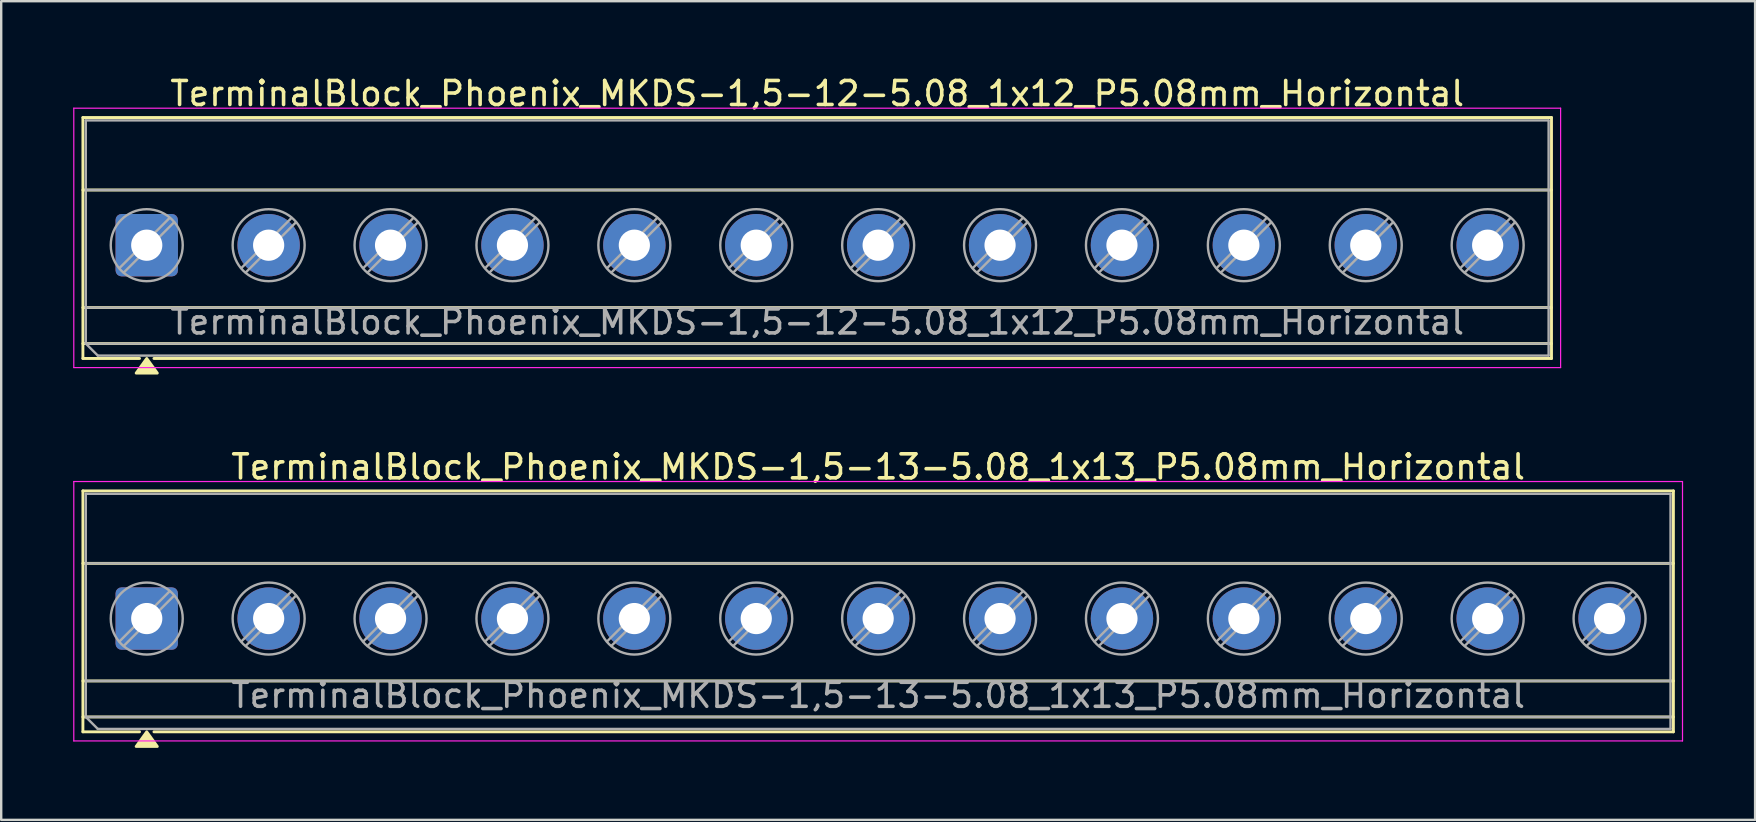
<source format=kicad_pcb>
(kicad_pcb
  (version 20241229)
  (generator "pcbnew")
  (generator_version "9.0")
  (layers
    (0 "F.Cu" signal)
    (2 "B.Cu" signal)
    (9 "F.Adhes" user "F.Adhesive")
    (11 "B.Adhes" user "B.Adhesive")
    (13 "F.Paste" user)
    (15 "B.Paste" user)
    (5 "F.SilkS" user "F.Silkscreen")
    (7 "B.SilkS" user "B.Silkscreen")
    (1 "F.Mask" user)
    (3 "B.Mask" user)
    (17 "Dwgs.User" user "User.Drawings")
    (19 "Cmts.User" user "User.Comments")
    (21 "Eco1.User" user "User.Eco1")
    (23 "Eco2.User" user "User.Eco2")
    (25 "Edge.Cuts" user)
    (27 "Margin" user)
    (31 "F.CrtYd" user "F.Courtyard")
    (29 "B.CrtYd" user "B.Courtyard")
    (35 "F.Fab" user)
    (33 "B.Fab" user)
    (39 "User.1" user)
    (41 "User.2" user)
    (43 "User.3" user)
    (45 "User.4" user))
  (footprint "TerminalBlock_Phoenix_MKDS-1,5-12-5.08_1x12_P5.08mm_Horizontal"
    (layer "F.Cu")
    (at 3.065 7.168)
    (property "Reference" "TerminalBlock_Phoenix_MKDS-1,5-12-5.08_1x12_P5.08mm_Horizontal" (at 27.94 -6.32 0) (layer "F.SilkS") (effects (font (size 1 1) (thickness 0.15))))
    (attr through_hole)
    (fp_line (start -2.66 -5.32) (end -2.66 4.72) (stroke (width 0.12) (type solid)) (layer "F.SilkS"))
    (fp_line (start -2.66 -5.32) (end 58.54 -5.32) (stroke (width 0.12) (type solid)) (layer "F.SilkS"))
    (fp_line (start -2.66 -2.3) (end 58.54 -2.3) (stroke (width 0.12) (type solid)) (layer "F.SilkS"))
    (fp_line (start -2.66 2.6) (end 58.54 2.6) (stroke (width 0.12) (type solid)) (layer "F.SilkS"))
    (fp_line (start -2.66 4.1) (end 58.54 4.1) (stroke (width 0.12) (type solid)) (layer "F.SilkS"))
    (fp_line (start -2.66 4.72) (end -0.3 4.72) (stroke (width 0.12) (type solid)) (layer "F.SilkS"))
    (fp_line (start 0.3 4.72) (end 58.54 4.72) (stroke (width 0.12) (type solid)) (layer "F.SilkS"))
    (fp_line (start 58.54 -5.32) (end 58.54 4.72) (stroke (width 0.12) (type solid)) (layer "F.SilkS"))
    (fp_poly (pts (xy 0 4.72) (xy 0.44 5.33) (xy -0.44 5.33)) (stroke (width 0.12) (type solid)) (fill yes) (layer "F.SilkS"))
    (fp_line (start -3.04 -5.71) (end -3.04 5.1) (stroke (width 0.05) (type solid)) (layer "F.CrtYd"))
    (fp_line (start -3.04 5.1) (end 58.92 5.1) (stroke (width 0.05) (type solid)) (layer "F.CrtYd"))
    (fp_line (start 58.92 -5.71) (end -3.04 -5.71) (stroke (width 0.05) (type solid)) (layer "F.CrtYd"))
    (fp_line (start 58.92 5.1) (end 58.92 -5.71) (stroke (width 0.05) (type solid)) (layer "F.CrtYd"))
    (fp_line (start -2.54 -5.2) (end 58.42 -5.2) (stroke (width 0.1) (type solid)) (layer "F.Fab"))
    (fp_line (start -2.54 -2.3) (end 58.42 -2.3) (stroke (width 0.1) (type solid)) (layer "F.Fab"))
    (fp_line (start -2.54 2.6) (end 58.42 2.6) (stroke (width 0.1) (type solid)) (layer "F.Fab"))
    (fp_line (start -2.54 4.1) (end -2.54 -5.2) (stroke (width 0.1) (type solid)) (layer "F.Fab"))
    (fp_line (start -2.54 4.1) (end 58.42 4.1) (stroke (width 0.1) (type solid)) (layer "F.Fab"))
    (fp_line (start -2.04 4.6) (end -2.54 4.1) (stroke (width 0.1) (type solid)) (layer "F.Fab"))
    (fp_line (start 0.955 -1.138) (end -1.138 0.954) (stroke (width 0.1) (type solid)) (layer "F.Fab"))
    (fp_line (start 1.138 -0.954) (end -0.955 1.137) (stroke (width 0.1) (type solid)) (layer "F.Fab"))
    (fp_line (start 6.035 -1.138) (end 3.942 0.954) (stroke (width 0.1) (type solid)) (layer "F.Fab"))
    (fp_line (start 6.218 -0.954) (end 4.125 1.137) (stroke (width 0.1) (type solid)) (layer "F.Fab"))
    (fp_line (start 11.115 -1.138) (end 9.022 0.954) (stroke (width 0.1) (type solid)) (layer "F.Fab"))
    (fp_line (start 11.298 -0.954) (end 9.205 1.137) (stroke (width 0.1) (type solid)) (layer "F.Fab"))
    (fp_line (start 16.195 -1.138) (end 14.102 0.954) (stroke (width 0.1) (type solid)) (layer "F.Fab"))
    (fp_line (start 16.378 -0.954) (end 14.285 1.137) (stroke (width 0.1) (type solid)) (layer "F.Fab"))
    (fp_line (start 21.275 -1.138) (end 19.182 0.954) (stroke (width 0.1) (type solid)) (layer "F.Fab"))
    (fp_line (start 21.458 -0.954) (end 19.365 1.137) (stroke (width 0.1) (type solid)) (layer "F.Fab"))
    (fp_line (start 26.355 -1.138) (end 24.262 0.954) (stroke (width 0.1) (type solid)) (layer "F.Fab"))
    (fp_line (start 26.538 -0.954) (end 24.445 1.137) (stroke (width 0.1) (type solid)) (layer "F.Fab"))
    (fp_line (start 31.435 -1.138) (end 29.342 0.954) (stroke (width 0.1) (type solid)) (layer "F.Fab"))
    (fp_line (start 31.618 -0.954) (end 29.525 1.137) (stroke (width 0.1) (type solid)) (layer "F.Fab"))
    (fp_line (start 36.515 -1.138) (end 34.422 0.954) (stroke (width 0.1) (type solid)) (layer "F.Fab"))
    (fp_line (start 36.698 -0.954) (end 34.605 1.137) (stroke (width 0.1) (type solid)) (layer "F.Fab"))
    (fp_line (start 41.595 -1.138) (end 39.502 0.954) (stroke (width 0.1) (type solid)) (layer "F.Fab"))
    (fp_line (start 41.778 -0.954) (end 39.685 1.137) (stroke (width 0.1) (type solid)) (layer "F.Fab"))
    (fp_line (start 46.675 -1.138) (end 44.582 0.954) (stroke (width 0.1) (type solid)) (layer "F.Fab"))
    (fp_line (start 46.858 -0.954) (end 44.765 1.137) (stroke (width 0.1) (type solid)) (layer "F.Fab"))
    (fp_line (start 51.755 -1.138) (end 49.662 0.954) (stroke (width 0.1) (type solid)) (layer "F.Fab"))
    (fp_line (start 51.938 -0.954) (end 49.845 1.137) (stroke (width 0.1) (type solid)) (layer "F.Fab"))
    (fp_line (start 56.835 -1.138) (end 54.742 0.954) (stroke (width 0.1) (type solid)) (layer "F.Fab"))
    (fp_line (start 57.018 -0.954) (end 54.925 1.137) (stroke (width 0.1) (type solid)) (layer "F.Fab"))
    (fp_line (start 58.42 -5.2) (end 58.42 4.6) (stroke (width 0.1) (type solid)) (layer "F.Fab"))
    (fp_line (start 58.42 4.6) (end -2.04 4.6) (stroke (width 0.1) (type solid)) (layer "F.Fab"))
    (fp_circle (center 0 0) (end 1.5 0) (stroke (width 0.1) (type solid)) (fill no) (layer "F.Fab"))
    (fp_circle (center 5.08 0) (end 6.58 0) (stroke (width 0.1) (type solid)) (fill no) (layer "F.Fab"))
    (fp_circle (center 10.16 0) (end 11.66 0) (stroke (width 0.1) (type solid)) (fill no) (layer "F.Fab"))
    (fp_circle (center 15.24 0) (end 16.74 0) (stroke (width 0.1) (type solid)) (fill no) (layer "F.Fab"))
    (fp_circle (center 20.32 0) (end 21.82 0) (stroke (width 0.1) (type solid)) (fill no) (layer "F.Fab"))
    (fp_circle (center 25.4 0) (end 26.9 0) (stroke (width 0.1) (type solid)) (fill no) (layer "F.Fab"))
    (fp_circle (center 30.48 0) (end 31.98 0) (stroke (width 0.1) (type solid)) (fill no) (layer "F.Fab"))
    (fp_circle (center 35.56 0) (end 37.06 0) (stroke (width 0.1) (type solid)) (fill no) (layer "F.Fab"))
    (fp_circle (center 40.64 0) (end 42.14 0) (stroke (width 0.1) (type solid)) (fill no) (layer "F.Fab"))
    (fp_circle (center 45.72 0) (end 47.22 0) (stroke (width 0.1) (type solid)) (fill no) (layer "F.Fab"))
    (fp_circle (center 50.8 0) (end 52.3 0) (stroke (width 0.1) (type solid)) (fill no) (layer "F.Fab"))
    (fp_circle (center 55.88 0) (end 57.38 0) (stroke (width 0.1) (type solid)) (fill no) (layer "F.Fab"))
    (fp_text user "${REFERENCE}" (at 27.94 3.2 0) (layer "F.Fab") (effects (font (size 1 1) (thickness 0.15))))
    (pad "1" thru_hole roundrect (at 0 0) (size 2.6 2.6) (drill 1.3) (layers "*.Cu" "*.Mask") (roundrect_rratio 0.096))
    (pad "2" thru_hole circle (at 5.08 0) (size 2.6 2.6) (drill 1.3) (layers "*.Cu" "*.Mask"))
    (pad "3" thru_hole circle (at 10.16 0) (size 2.6 2.6) (drill 1.3) (layers "*.Cu" "*.Mask"))
    (pad "4" thru_hole circle (at 15.24 0) (size 2.6 2.6) (drill 1.3) (layers "*.Cu" "*.Mask"))
    (pad "5" thru_hole circle (at 20.32 0) (size 2.6 2.6) (drill 1.3) (layers "*.Cu" "*.Mask"))
    (pad "6" thru_hole circle (at 25.4 0) (size 2.6 2.6) (drill 1.3) (layers "*.Cu" "*.Mask"))
    (pad "7" thru_hole circle (at 30.48 0) (size 2.6 2.6) (drill 1.3) (layers "*.Cu" "*.Mask"))
    (pad "8" thru_hole circle (at 35.56 0) (size 2.6 2.6) (drill 1.3) (layers "*.Cu" "*.Mask"))
    (pad "9" thru_hole circle (at 40.64 0) (size 2.6 2.6) (drill 1.3) (layers "*.Cu" "*.Mask"))
    (pad "10" thru_hole circle (at 45.72 0) (size 2.6 2.6) (drill 1.3) (layers "*.Cu" "*.Mask"))
    (pad "11" thru_hole circle (at 50.8 0) (size 2.6 2.6) (drill 1.3) (layers "*.Cu" "*.Mask"))
    (pad "12" thru_hole circle (at 55.88 0) (size 2.6 2.6) (drill 1.3) (layers "*.Cu" "*.Mask")))
  (footprint "TerminalBlock_Phoenix_MKDS-1,5-13-5.08_1x13_P5.08mm_Horizontal"
    (layer "F.Cu")
    (at 3.065 22.727)
    (property "Reference" "TerminalBlock_Phoenix_MKDS-1,5-13-5.08_1x13_P5.08mm_Horizontal" (at 30.48 -6.32 0) (layer "F.SilkS") (effects (font (size 1 1) (thickness 0.15))))
    (attr through_hole)
    (fp_line (start -2.66 -5.32) (end -2.66 4.72) (stroke (width 0.12) (type solid)) (layer "F.SilkS"))
    (fp_line (start -2.66 -5.32) (end 63.62 -5.32) (stroke (width 0.12) (type solid)) (layer "F.SilkS"))
    (fp_line (start -2.66 -2.3) (end 63.62 -2.3) (stroke (width 0.12) (type solid)) (layer "F.SilkS"))
    (fp_line (start -2.66 2.6) (end 63.62 2.6) (stroke (width 0.12) (type solid)) (layer "F.SilkS"))
    (fp_line (start -2.66 4.1) (end 63.62 4.1) (stroke (width 0.12) (type solid)) (layer "F.SilkS"))
    (fp_line (start -2.66 4.72) (end -0.3 4.72) (stroke (width 0.12) (type solid)) (layer "F.SilkS"))
    (fp_line (start 0.3 4.72) (end 63.62 4.72) (stroke (width 0.12) (type solid)) (layer "F.SilkS"))
    (fp_line (start 63.62 -5.32) (end 63.62 4.72) (stroke (width 0.12) (type solid)) (layer "F.SilkS"))
    (fp_poly (pts (xy 0 4.72) (xy 0.44 5.33) (xy -0.44 5.33)) (stroke (width 0.12) (type solid)) (fill yes) (layer "F.SilkS"))
    (fp_line (start -3.04 -5.71) (end -3.04 5.1) (stroke (width 0.05) (type solid)) (layer "F.CrtYd"))
    (fp_line (start -3.04 5.1) (end 64 5.1) (stroke (width 0.05) (type solid)) (layer "F.CrtYd"))
    (fp_line (start 64 -5.71) (end -3.04 -5.71) (stroke (width 0.05) (type solid)) (layer "F.CrtYd"))
    (fp_line (start 64 5.1) (end 64 -5.71) (stroke (width 0.05) (type solid)) (layer "F.CrtYd"))
    (fp_line (start -2.54 -5.2) (end 63.5 -5.2) (stroke (width 0.1) (type solid)) (layer "F.Fab"))
    (fp_line (start -2.54 -2.3) (end 63.5 -2.3) (stroke (width 0.1) (type solid)) (layer "F.Fab"))
    (fp_line (start -2.54 2.6) (end 63.5 2.6) (stroke (width 0.1) (type solid)) (layer "F.Fab"))
    (fp_line (start -2.54 4.1) (end -2.54 -5.2) (stroke (width 0.1) (type solid)) (layer "F.Fab"))
    (fp_line (start -2.54 4.1) (end 63.5 4.1) (stroke (width 0.1) (type solid)) (layer "F.Fab"))
    (fp_line (start -2.04 4.6) (end -2.54 4.1) (stroke (width 0.1) (type solid)) (layer "F.Fab"))
    (fp_line (start 0.955 -1.138) (end -1.138 0.954) (stroke (width 0.1) (type solid)) (layer "F.Fab"))
    (fp_line (start 1.138 -0.954) (end -0.955 1.137) (stroke (width 0.1) (type solid)) (layer "F.Fab"))
    (fp_line (start 6.035 -1.138) (end 3.942 0.954) (stroke (width 0.1) (type solid)) (layer "F.Fab"))
    (fp_line (start 6.218 -0.954) (end 4.125 1.137) (stroke (width 0.1) (type solid)) (layer "F.Fab"))
    (fp_line (start 11.115 -1.138) (end 9.022 0.954) (stroke (width 0.1) (type solid)) (layer "F.Fab"))
    (fp_line (start 11.298 -0.954) (end 9.205 1.137) (stroke (width 0.1) (type solid)) (layer "F.Fab"))
    (fp_line (start 16.195 -1.138) (end 14.102 0.954) (stroke (width 0.1) (type solid)) (layer "F.Fab"))
    (fp_line (start 16.378 -0.954) (end 14.285 1.137) (stroke (width 0.1) (type solid)) (layer "F.Fab"))
    (fp_line (start 21.275 -1.138) (end 19.182 0.954) (stroke (width 0.1) (type solid)) (layer "F.Fab"))
    (fp_line (start 21.458 -0.954) (end 19.365 1.137) (stroke (width 0.1) (type solid)) (layer "F.Fab"))
    (fp_line (start 26.355 -1.138) (end 24.262 0.954) (stroke (width 0.1) (type solid)) (layer "F.Fab"))
    (fp_line (start 26.538 -0.954) (end 24.445 1.137) (stroke (width 0.1) (type solid)) (layer "F.Fab"))
    (fp_line (start 31.435 -1.138) (end 29.342 0.954) (stroke (width 0.1) (type solid)) (layer "F.Fab"))
    (fp_line (start 31.618 -0.954) (end 29.525 1.137) (stroke (width 0.1) (type solid)) (layer "F.Fab"))
    (fp_line (start 36.515 -1.138) (end 34.422 0.954) (stroke (width 0.1) (type solid)) (layer "F.Fab"))
    (fp_line (start 36.698 -0.954) (end 34.605 1.137) (stroke (width 0.1) (type solid)) (layer "F.Fab"))
    (fp_line (start 41.595 -1.138) (end 39.502 0.954) (stroke (width 0.1) (type solid)) (layer "F.Fab"))
    (fp_line (start 41.778 -0.954) (end 39.685 1.137) (stroke (width 0.1) (type solid)) (layer "F.Fab"))
    (fp_line (start 46.675 -1.138) (end 44.582 0.954) (stroke (width 0.1) (type solid)) (layer "F.Fab"))
    (fp_line (start 46.858 -0.954) (end 44.765 1.137) (stroke (width 0.1) (type solid)) (layer "F.Fab"))
    (fp_line (start 51.755 -1.138) (end 49.662 0.954) (stroke (width 0.1) (type solid)) (layer "F.Fab"))
    (fp_line (start 51.938 -0.954) (end 49.845 1.137) (stroke (width 0.1) (type solid)) (layer "F.Fab"))
    (fp_line (start 56.835 -1.138) (end 54.742 0.954) (stroke (width 0.1) (type solid)) (layer "F.Fab"))
    (fp_line (start 57.018 -0.954) (end 54.925 1.137) (stroke (width 0.1) (type solid)) (layer "F.Fab"))
    (fp_line (start 61.915 -1.138) (end 59.822 0.954) (stroke (width 0.1) (type solid)) (layer "F.Fab"))
    (fp_line (start 62.098 -0.954) (end 60.005 1.137) (stroke (width 0.1) (type solid)) (layer "F.Fab"))
    (fp_line (start 63.5 -5.2) (end 63.5 4.6) (stroke (width 0.1) (type solid)) (layer "F.Fab"))
    (fp_line (start 63.5 4.6) (end -2.04 4.6) (stroke (width 0.1) (type solid)) (layer "F.Fab"))
    (fp_circle (center 0 0) (end 1.5 0) (stroke (width 0.1) (type solid)) (fill no) (layer "F.Fab"))
    (fp_circle (center 5.08 0) (end 6.58 0) (stroke (width 0.1) (type solid)) (fill no) (layer "F.Fab"))
    (fp_circle (center 10.16 0) (end 11.66 0) (stroke (width 0.1) (type solid)) (fill no) (layer "F.Fab"))
    (fp_circle (center 15.24 0) (end 16.74 0) (stroke (width 0.1) (type solid)) (fill no) (layer "F.Fab"))
    (fp_circle (center 20.32 0) (end 21.82 0) (stroke (width 0.1) (type solid)) (fill no) (layer "F.Fab"))
    (fp_circle (center 25.4 0) (end 26.9 0) (stroke (width 0.1) (type solid)) (fill no) (layer "F.Fab"))
    (fp_circle (center 30.48 0) (end 31.98 0) (stroke (width 0.1) (type solid)) (fill no) (layer "F.Fab"))
    (fp_circle (center 35.56 0) (end 37.06 0) (stroke (width 0.1) (type solid)) (fill no) (layer "F.Fab"))
    (fp_circle (center 40.64 0) (end 42.14 0) (stroke (width 0.1) (type solid)) (fill no) (layer "F.Fab"))
    (fp_circle (center 45.72 0) (end 47.22 0) (stroke (width 0.1) (type solid)) (fill no) (layer "F.Fab"))
    (fp_circle (center 50.8 0) (end 52.3 0) (stroke (width 0.1) (type solid)) (fill no) (layer "F.Fab"))
    (fp_circle (center 55.88 0) (end 57.38 0) (stroke (width 0.1) (type solid)) (fill no) (layer "F.Fab"))
    (fp_circle (center 60.96 0) (end 62.46 0) (stroke (width 0.1) (type solid)) (fill no) (layer "F.Fab"))
    (fp_text user "${REFERENCE}" (at 30.48 3.2 0) (layer "F.Fab") (effects (font (size 1 1) (thickness 0.15))))
    (pad "1" thru_hole roundrect (at 0 0) (size 2.6 2.6) (drill 1.3) (layers "*.Cu" "*.Mask") (roundrect_rratio 0.096))
    (pad "2" thru_hole circle (at 5.08 0) (size 2.6 2.6) (drill 1.3) (layers "*.Cu" "*.Mask"))
    (pad "3" thru_hole circle (at 10.16 0) (size 2.6 2.6) (drill 1.3) (layers "*.Cu" "*.Mask"))
    (pad "4" thru_hole circle (at 15.24 0) (size 2.6 2.6) (drill 1.3) (layers "*.Cu" "*.Mask"))
    (pad "5" thru_hole circle (at 20.32 0) (size 2.6 2.6) (drill 1.3) (layers "*.Cu" "*.Mask"))
    (pad "6" thru_hole circle (at 25.4 0) (size 2.6 2.6) (drill 1.3) (layers "*.Cu" "*.Mask"))
    (pad "7" thru_hole circle (at 30.48 0) (size 2.6 2.6) (drill 1.3) (layers "*.Cu" "*.Mask"))
    (pad "8" thru_hole circle (at 35.56 0) (size 2.6 2.6) (drill 1.3) (layers "*.Cu" "*.Mask"))
    (pad "9" thru_hole circle (at 40.64 0) (size 2.6 2.6) (drill 1.3) (layers "*.Cu" "*.Mask"))
    (pad "10" thru_hole circle (at 45.72 0) (size 2.6 2.6) (drill 1.3) (layers "*.Cu" "*.Mask"))
    (pad "11" thru_hole circle (at 50.8 0) (size 2.6 2.6) (drill 1.3) (layers "*.Cu" "*.Mask"))
    (pad "12" thru_hole circle (at 55.88 0) (size 2.6 2.6) (drill 1.3) (layers "*.Cu" "*.Mask"))
    (pad "13" thru_hole circle (at 60.96 0) (size 2.6 2.6) (drill 1.3) (layers "*.Cu" "*.Mask")))
  (gr_rect
    (start -3 -3)
    (end 70.09 31.116)
    (stroke (width 0.1) (type default))
    (fill no)
    (layer "Edge.Cuts")))
</source>
